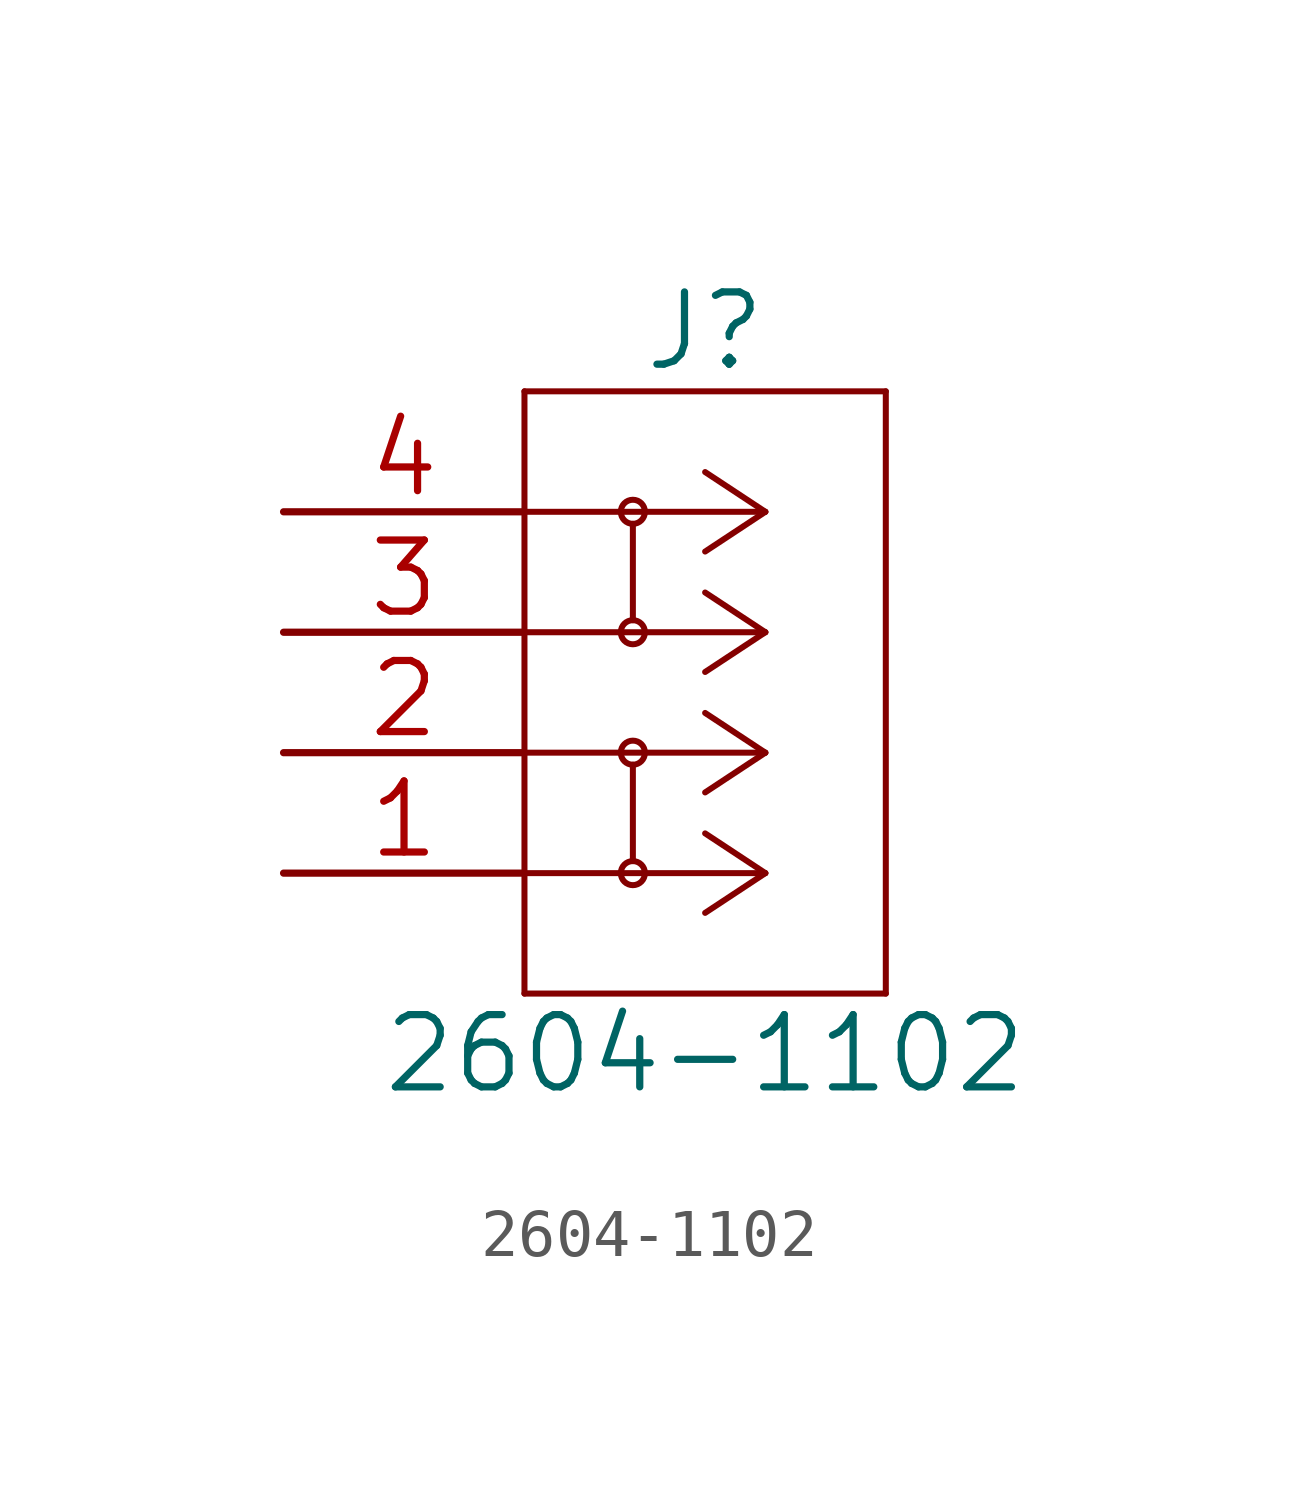
<source format=kicad_sym>
(kicad_symbol_lib
  (version 20241209)
  (generator "kicad_symbol_editor")
  (generator_version "9.0")
  (symbol "2604-1102"
    (pin_names
      (offset 0.254)
      (hide yes))
    (property "Reference" "J"
      (at -1.27 8.89 0)
      (effects (font (size 1.524 1.524))))
    (property "Value" "2604-1102"
      (at -1.27 -6.35 0)
      (effects (font (size 1.524 1.524))))
    (property "Datasheet" ""
      (at 0 0 0)
      (effects (font (size 1.524 1.524))))
    (symbol "2604-1102_1_1"
      (polyline (pts (xy -5.08 7.62) (xy -5.08 -5.08)) (stroke (width 0.127) (type default)) (fill (type none)))
      (polyline (pts (xy -5.08 -5.08) (xy 2.54 -5.08)) (stroke (width 0.127) (type default)) (fill (type none)))
      (circle (center -2.794 5.08) (radius 0.254) (stroke (width 0.127) (type default)) (fill (type none)))
      (polyline (pts (xy -2.794 4.826) (xy -2.794 2.794)) (stroke (width 0.127) (type default)) (fill (type none)))
      (circle (center -2.794 2.54) (radius 0.254) (stroke (width 0.127) (type default)) (fill (type none)))
      (circle (center -2.794 0) (radius 0.254) (stroke (width 0.127) (type default)) (fill (type none)))
      (polyline (pts (xy -2.794 -0.254) (xy -2.794 -2.286)) (stroke (width 0.127) (type default)) (fill (type none)))
      (circle (center -2.794 -2.54) (radius 0.254) (stroke (width 0.127) (type default)) (fill (type none)))
      (arc (start -2.54 5.08) (mid -2.54 5.08) (end -2.54 5.08) (stroke (width 0.127) (type default)) (fill (type none)))
      (arc (start -2.54 2.54) (mid -2.54 2.54) (end -2.54 2.54) (stroke (width 0.127) (type default)) (fill (type none)))
      (arc (start -2.54 0) (mid -2.54 0) (end -2.54 0) (stroke (width 0.127) (type default)) (fill (type none)))
      (arc (start -2.54 -2.54) (mid -2.54 -2.54) (end -2.54 -2.54) (stroke (width 0.127) (type default)) (fill (type none)))
      (polyline (pts (xy 0 5.08) (xy -5.08 5.08)) (stroke (width 0.127) (type default)) (fill (type none)))
      (polyline (pts (xy 0 5.08) (xy -1.27 5.918)) (stroke (width 0.127) (type default)) (fill (type none)))
      (polyline (pts (xy 0 5.08) (xy -1.27 4.242)) (stroke (width 0.127) (type default)) (fill (type none)))
      (polyline (pts (xy 0 2.54) (xy -5.08 2.54)) (stroke (width 0.127) (type default)) (fill (type none)))
      (polyline (pts (xy 0 2.54) (xy -1.27 3.378)) (stroke (width 0.127) (type default)) (fill (type none)))
      (polyline (pts (xy 0 2.54) (xy -1.27 1.702)) (stroke (width 0.127) (type default)) (fill (type none)))
      (polyline (pts (xy 0 0) (xy -5.08 0)) (stroke (width 0.127) (type default)) (fill (type none)))
      (polyline (pts (xy 0 0) (xy -1.27 0.838)) (stroke (width 0.127) (type default)) (fill (type none)))
      (polyline (pts (xy 0 0) (xy -1.27 -0.838)) (stroke (width 0.127) (type default)) (fill (type none)))
      (polyline (pts (xy 0 -2.54) (xy -5.08 -2.54)) (stroke (width 0.127) (type default)) (fill (type none)))
      (polyline (pts (xy 0 -2.54) (xy -1.27 -1.702)) (stroke (width 0.127) (type default)) (fill (type none)))
      (polyline (pts (xy 0 -2.54) (xy -1.27 -3.378)) (stroke (width 0.127) (type default)) (fill (type none)))
      (polyline (pts (xy 2.54 7.62) (xy -5.08 7.62)) (stroke (width 0.127) (type default)) (fill (type none)))
      (polyline (pts (xy 2.54 -5.08) (xy 2.54 7.62)) (stroke (width 0.127) (type default)) (fill (type none)))
      (pin passive line (at -10.16 5.08 0) (length 5.08) (name "4" (effects (font (size 1.499 1.499)))) (number "4" (effects (font (size 1.499 1.499)))))
      (pin passive line (at -10.16 2.54 0) (length 5.08) (name "3" (effects (font (size 1.499 1.499)))) (number "3" (effects (font (size 1.499 1.499)))))
      (pin passive line (at -10.16 0 0) (length 5.08) (name "2" (effects (font (size 1.499 1.499)))) (number "2" (effects (font (size 1.499 1.499)))))
      (pin passive line (at -10.16 -2.54 0) (length 5.08) (name "1" (effects (font (size 1.499 1.499)))) (number "1" (effects (font (size 1.499 1.499))))))))
</source>
